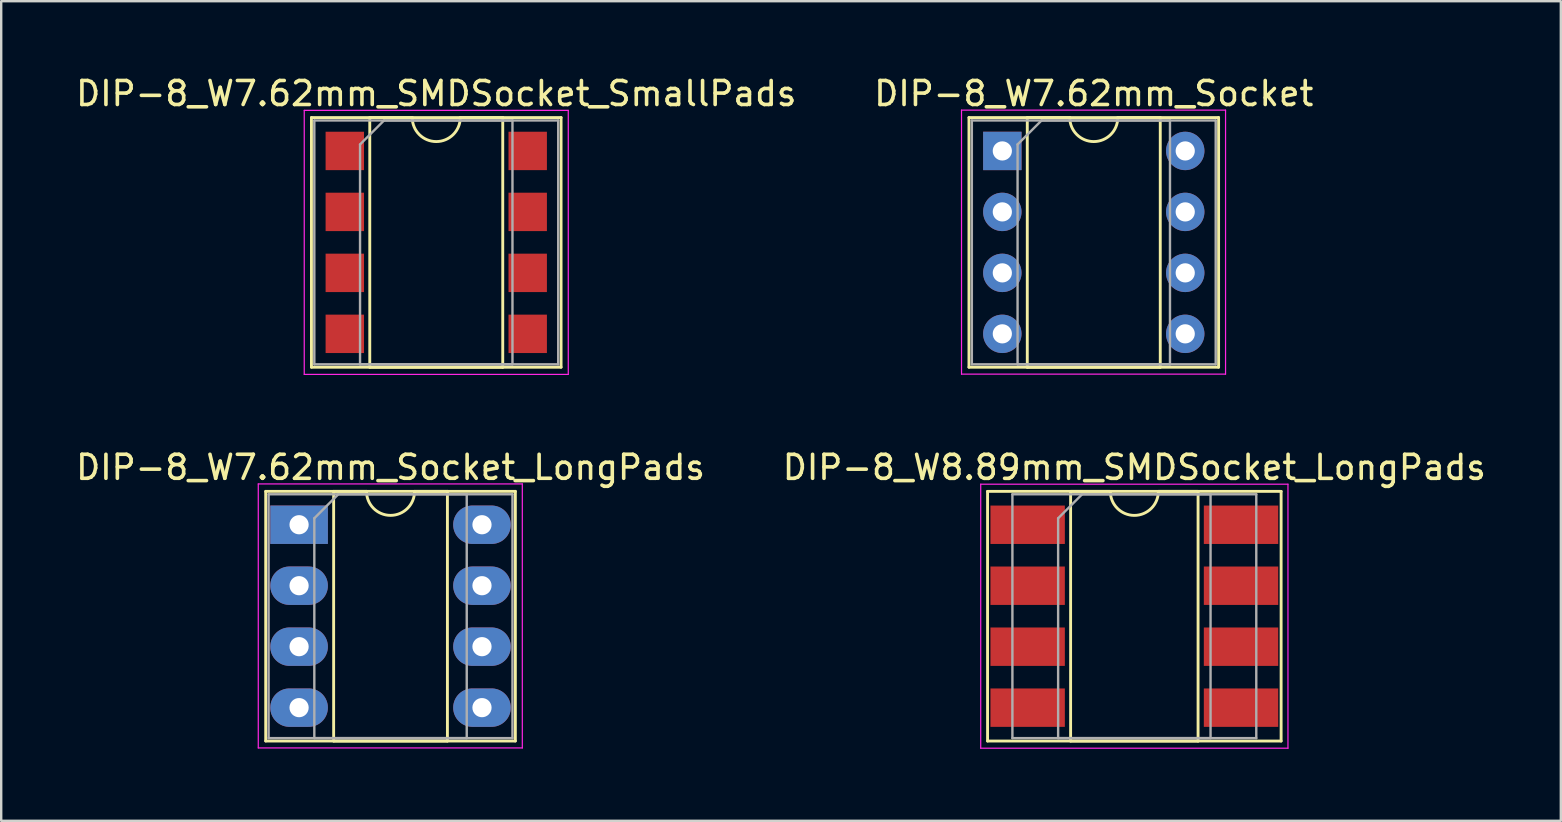
<source format=kicad_pcb>
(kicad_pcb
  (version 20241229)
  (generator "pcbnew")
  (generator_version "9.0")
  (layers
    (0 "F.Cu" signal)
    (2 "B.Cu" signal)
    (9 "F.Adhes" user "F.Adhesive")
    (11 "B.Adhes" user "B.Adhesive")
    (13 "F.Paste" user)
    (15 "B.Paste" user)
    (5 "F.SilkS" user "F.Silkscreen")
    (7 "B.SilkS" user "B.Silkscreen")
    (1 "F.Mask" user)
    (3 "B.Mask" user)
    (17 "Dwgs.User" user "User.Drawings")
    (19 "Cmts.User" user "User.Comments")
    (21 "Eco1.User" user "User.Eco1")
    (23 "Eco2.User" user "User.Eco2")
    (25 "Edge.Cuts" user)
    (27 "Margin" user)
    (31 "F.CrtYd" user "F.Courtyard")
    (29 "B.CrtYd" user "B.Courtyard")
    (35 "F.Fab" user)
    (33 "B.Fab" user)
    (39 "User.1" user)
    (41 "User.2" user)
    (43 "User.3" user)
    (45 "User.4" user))
  (footprint "DIP-8_W7.62mm_Socket_LongPads"
    (layer "F.Cu")
    (at 9.41 18.811)
    (property "Reference" "DIP-8_W7.62mm_Socket_LongPads" (at 3.81 -2.39 0) (layer "F.SilkS") (effects (font (size 1 1) (thickness 0.15))))
    (attr through_hole)
    (fp_line (start -1.39 -1.39) (end -1.39 9.01) (stroke (width 0.12) (type solid)) (layer "F.SilkS"))
    (fp_line (start -1.39 9.01) (end 9.01 9.01) (stroke (width 0.12) (type solid)) (layer "F.SilkS"))
    (fp_line (start 1.44 -1.39) (end 1.44 9.01) (stroke (width 0.12) (type solid)) (layer "F.SilkS"))
    (fp_line (start 1.44 9.01) (end 6.18 9.01) (stroke (width 0.12) (type solid)) (layer "F.SilkS"))
    (fp_line (start 2.81 -1.39) (end 1.44 -1.39) (stroke (width 0.12) (type solid)) (layer "F.SilkS"))
    (fp_line (start 6.18 -1.39) (end 4.81 -1.39) (stroke (width 0.12) (type solid)) (layer "F.SilkS"))
    (fp_line (start 6.18 9.01) (end 6.18 -1.39) (stroke (width 0.12) (type solid)) (layer "F.SilkS"))
    (fp_line (start 9.01 -1.39) (end -1.39 -1.39) (stroke (width 0.12) (type solid)) (layer "F.SilkS"))
    (fp_line (start 9.01 9.01) (end 9.01 -1.39) (stroke (width 0.12) (type solid)) (layer "F.SilkS"))
    (fp_arc (start 4.81 -1.39) (mid 3.81 -0.39) (end 2.81 -1.39) (stroke (width 0.12) (type solid)) (layer "F.SilkS"))
    (fp_line (start -1.7 -1.7) (end -1.7 9.3) (stroke (width 0.05) (type solid)) (layer "F.CrtYd"))
    (fp_line (start -1.7 9.3) (end 9.3 9.3) (stroke (width 0.05) (type solid)) (layer "F.CrtYd"))
    (fp_line (start 9.3 -1.7) (end -1.7 -1.7) (stroke (width 0.05) (type solid)) (layer "F.CrtYd"))
    (fp_line (start 9.3 9.3) (end 9.3 -1.7) (stroke (width 0.05) (type solid)) (layer "F.CrtYd"))
    (fp_line (start -1.27 -1.27) (end -1.27 8.89) (stroke (width 0.1) (type solid)) (layer "F.Fab"))
    (fp_line (start -1.27 8.89) (end 8.89 8.89) (stroke (width 0.1) (type solid)) (layer "F.Fab"))
    (fp_line (start 0.635 -0.27) (end 1.635 -1.27) (stroke (width 0.1) (type solid)) (layer "F.Fab"))
    (fp_line (start 0.635 8.89) (end 0.635 -0.27) (stroke (width 0.1) (type solid)) (layer "F.Fab"))
    (fp_line (start 1.635 -1.27) (end 6.985 -1.27) (stroke (width 0.1) (type solid)) (layer "F.Fab"))
    (fp_line (start 6.985 -1.27) (end 6.985 8.89) (stroke (width 0.1) (type solid)) (layer "F.Fab"))
    (fp_line (start 6.985 8.89) (end 0.635 8.89) (stroke (width 0.1) (type solid)) (layer "F.Fab"))
    (fp_line (start 8.89 -1.27) (end -1.27 -1.27) (stroke (width 0.1) (type solid)) (layer "F.Fab"))
    (fp_line (start 8.89 8.89) (end 8.89 -1.27) (stroke (width 0.1) (type solid)) (layer "F.Fab"))
    (pad "1" thru_hole rect (at 0 0) (size 2.4 1.6) (drill 0.8) (layers "*.Cu" "*.Mask"))
    (pad "2" thru_hole oval (at 0 2.54) (size 2.4 1.6) (drill 0.8) (layers "*.Cu" "*.Mask"))
    (pad "3" thru_hole oval (at 0 5.08) (size 2.4 1.6) (drill 0.8) (layers "*.Cu" "*.Mask"))
    (pad "4" thru_hole oval (at 0 7.62) (size 2.4 1.6) (drill 0.8) (layers "*.Cu" "*.Mask"))
    (pad "5" thru_hole oval (at 7.62 7.62) (size 2.4 1.6) (drill 0.8) (layers "*.Cu" "*.Mask"))
    (pad "6" thru_hole oval (at 7.62 5.08) (size 2.4 1.6) (drill 0.8) (layers "*.Cu" "*.Mask"))
    (pad "7" thru_hole oval (at 7.62 2.54) (size 2.4 1.6) (drill 0.8) (layers "*.Cu" "*.Mask"))
    (pad "8" thru_hole oval (at 7.62 0) (size 2.4 1.6) (drill 0.8) (layers "*.Cu" "*.Mask")))
  (footprint "DIP-8_W7.62mm_Socket"
    (layer "F.Cu")
    (at 38.708 3.238)
    (property "Reference" "DIP-8_W7.62mm_Socket" (at 3.81 -2.39 0) (layer "F.SilkS") (effects (font (size 1 1) (thickness 0.15))))
    (attr through_hole)
    (fp_line (start -1.39 -1.39) (end -1.39 9.01) (stroke (width 0.12) (type solid)) (layer "F.SilkS"))
    (fp_line (start -1.39 9.01) (end 9.01 9.01) (stroke (width 0.12) (type solid)) (layer "F.SilkS"))
    (fp_line (start 1.04 -1.39) (end 1.04 9.01) (stroke (width 0.12) (type solid)) (layer "F.SilkS"))
    (fp_line (start 1.04 9.01) (end 6.58 9.01) (stroke (width 0.12) (type solid)) (layer "F.SilkS"))
    (fp_line (start 2.81 -1.39) (end 1.04 -1.39) (stroke (width 0.12) (type solid)) (layer "F.SilkS"))
    (fp_line (start 6.58 -1.39) (end 4.81 -1.39) (stroke (width 0.12) (type solid)) (layer "F.SilkS"))
    (fp_line (start 6.58 9.01) (end 6.58 -1.39) (stroke (width 0.12) (type solid)) (layer "F.SilkS"))
    (fp_line (start 9.01 -1.39) (end -1.39 -1.39) (stroke (width 0.12) (type solid)) (layer "F.SilkS"))
    (fp_line (start 9.01 9.01) (end 9.01 -1.39) (stroke (width 0.12) (type solid)) (layer "F.SilkS"))
    (fp_arc (start 4.81 -1.39) (mid 3.81 -0.39) (end 2.81 -1.39) (stroke (width 0.12) (type solid)) (layer "F.SilkS"))
    (fp_line (start -1.7 -1.7) (end -1.7 9.3) (stroke (width 0.05) (type solid)) (layer "F.CrtYd"))
    (fp_line (start -1.7 9.3) (end 9.3 9.3) (stroke (width 0.05) (type solid)) (layer "F.CrtYd"))
    (fp_line (start 9.3 -1.7) (end -1.7 -1.7) (stroke (width 0.05) (type solid)) (layer "F.CrtYd"))
    (fp_line (start 9.3 9.3) (end 9.3 -1.7) (stroke (width 0.05) (type solid)) (layer "F.CrtYd"))
    (fp_line (start -1.27 -1.27) (end -1.27 8.89) (stroke (width 0.1) (type solid)) (layer "F.Fab"))
    (fp_line (start -1.27 8.89) (end 8.89 8.89) (stroke (width 0.1) (type solid)) (layer "F.Fab"))
    (fp_line (start 0.635 -0.27) (end 1.635 -1.27) (stroke (width 0.1) (type solid)) (layer "F.Fab"))
    (fp_line (start 0.635 8.89) (end 0.635 -0.27) (stroke (width 0.1) (type solid)) (layer "F.Fab"))
    (fp_line (start 1.635 -1.27) (end 6.985 -1.27) (stroke (width 0.1) (type solid)) (layer "F.Fab"))
    (fp_line (start 6.985 -1.27) (end 6.985 8.89) (stroke (width 0.1) (type solid)) (layer "F.Fab"))
    (fp_line (start 6.985 8.89) (end 0.635 8.89) (stroke (width 0.1) (type solid)) (layer "F.Fab"))
    (fp_line (start 8.89 -1.27) (end -1.27 -1.27) (stroke (width 0.1) (type solid)) (layer "F.Fab"))
    (fp_line (start 8.89 8.89) (end 8.89 -1.27) (stroke (width 0.1) (type solid)) (layer "F.Fab"))
    (pad "1" thru_hole rect (at 0 0) (size 1.6 1.6) (drill 0.8) (layers "*.Cu" "*.Mask"))
    (pad "2" thru_hole oval (at 0 2.54) (size 1.6 1.6) (drill 0.8) (layers "*.Cu" "*.Mask"))
    (pad "3" thru_hole oval (at 0 5.08) (size 1.6 1.6) (drill 0.8) (layers "*.Cu" "*.Mask"))
    (pad "4" thru_hole oval (at 0 7.62) (size 1.6 1.6) (drill 0.8) (layers "*.Cu" "*.Mask"))
    (pad "5" thru_hole oval (at 7.62 7.62) (size 1.6 1.6) (drill 0.8) (layers "*.Cu" "*.Mask"))
    (pad "6" thru_hole oval (at 7.62 5.08) (size 1.6 1.6) (drill 0.8) (layers "*.Cu" "*.Mask"))
    (pad "7" thru_hole oval (at 7.62 2.54) (size 1.6 1.6) (drill 0.8) (layers "*.Cu" "*.Mask"))
    (pad "8" thru_hole oval (at 7.62 0) (size 1.6 1.6) (drill 0.8) (layers "*.Cu" "*.Mask")))
  (footprint "DIP-8_W8.89mm_SMDSocket_LongPads"
    (layer "F.Cu")
    (at 44.208 22.622)
    (property "Reference" "DIP-8_W8.89mm_SMDSocket_LongPads" (at 0 -6.2 0) (layer "F.SilkS") (effects (font (size 1 1) (thickness 0.15))))
    (attr smd)
    (fp_line (start -6.115 -5.2) (end -6.115 5.2) (stroke (width 0.12) (type solid)) (layer "F.SilkS"))
    (fp_line (start -6.115 5.2) (end 6.115 5.2) (stroke (width 0.12) (type solid)) (layer "F.SilkS"))
    (fp_line (start -2.655 -5.2) (end -2.655 5.2) (stroke (width 0.12) (type solid)) (layer "F.SilkS"))
    (fp_line (start -2.655 5.2) (end 2.655 5.2) (stroke (width 0.12) (type solid)) (layer "F.SilkS"))
    (fp_line (start -1 -5.2) (end -2.655 -5.2) (stroke (width 0.12) (type solid)) (layer "F.SilkS"))
    (fp_line (start 2.655 -5.2) (end 1 -5.2) (stroke (width 0.12) (type solid)) (layer "F.SilkS"))
    (fp_line (start 2.655 5.2) (end 2.655 -5.2) (stroke (width 0.12) (type solid)) (layer "F.SilkS"))
    (fp_line (start 6.115 -5.2) (end -6.115 -5.2) (stroke (width 0.12) (type solid)) (layer "F.SilkS"))
    (fp_line (start 6.115 5.2) (end 6.115 -5.2) (stroke (width 0.12) (type solid)) (layer "F.SilkS"))
    (fp_arc (start 1 -5.2) (mid 0 -4.2) (end -1 -5.2) (stroke (width 0.12) (type solid)) (layer "F.SilkS"))
    (fp_line (start -6.4 -5.5) (end -6.4 5.5) (stroke (width 0.05) (type solid)) (layer "F.CrtYd"))
    (fp_line (start -6.4 5.5) (end 6.4 5.5) (stroke (width 0.05) (type solid)) (layer "F.CrtYd"))
    (fp_line (start 6.4 -5.5) (end -6.4 -5.5) (stroke (width 0.05) (type solid)) (layer "F.CrtYd"))
    (fp_line (start 6.4 5.5) (end 6.4 -5.5) (stroke (width 0.05) (type solid)) (layer "F.CrtYd"))
    (fp_line (start -5.08 -5.08) (end -5.08 5.08) (stroke (width 0.1) (type solid)) (layer "F.Fab"))
    (fp_line (start -5.08 5.08) (end 5.08 5.08) (stroke (width 0.1) (type solid)) (layer "F.Fab"))
    (fp_line (start -3.175 -4.08) (end -2.175 -5.08) (stroke (width 0.1) (type solid)) (layer "F.Fab"))
    (fp_line (start -3.175 5.08) (end -3.175 -4.08) (stroke (width 0.1) (type solid)) (layer "F.Fab"))
    (fp_line (start -2.175 -5.08) (end 3.175 -5.08) (stroke (width 0.1) (type solid)) (layer "F.Fab"))
    (fp_line (start 3.175 -5.08) (end 3.175 5.08) (stroke (width 0.1) (type solid)) (layer "F.Fab"))
    (fp_line (start 3.175 5.08) (end -3.175 5.08) (stroke (width 0.1) (type solid)) (layer "F.Fab"))
    (fp_line (start 5.08 -5.08) (end -5.08 -5.08) (stroke (width 0.1) (type solid)) (layer "F.Fab"))
    (fp_line (start 5.08 5.08) (end 5.08 -5.08) (stroke (width 0.1) (type solid)) (layer "F.Fab"))
    (pad "1" smd rect (at -4.445 -3.81) (size 3.1 1.6) (layers "F.Cu" "F.Mask"))
    (pad "2" smd rect (at -4.445 -1.27) (size 3.1 1.6) (layers "F.Cu" "F.Mask"))
    (pad "3" smd rect (at -4.445 1.27) (size 3.1 1.6) (layers "F.Cu" "F.Mask"))
    (pad "4" smd rect (at -4.445 3.81) (size 3.1 1.6) (layers "F.Cu" "F.Mask"))
    (pad "5" smd rect (at 4.445 3.81) (size 3.1 1.6) (layers "F.Cu" "F.Mask"))
    (pad "6" smd rect (at 4.445 1.27) (size 3.1 1.6) (layers "F.Cu" "F.Mask"))
    (pad "7" smd rect (at 4.445 -1.27) (size 3.1 1.6) (layers "F.Cu" "F.Mask"))
    (pad "8" smd rect (at 4.445 -3.81) (size 3.1 1.6) (layers "F.Cu" "F.Mask")))
  (footprint "DIP-8_W7.62mm_SMDSocket_SmallPads"
    (layer "F.Cu")
    (at 15.125 7.048)
    (property "Reference" "DIP-8_W7.62mm_SMDSocket_SmallPads" (at 0 -6.2 0) (layer "F.SilkS") (effects (font (size 1 1) (thickness 0.15))))
    (attr smd)
    (fp_line (start -5.2 -5.2) (end -5.2 5.2) (stroke (width 0.12) (type solid)) (layer "F.SilkS"))
    (fp_line (start -5.2 5.2) (end 5.2 5.2) (stroke (width 0.12) (type solid)) (layer "F.SilkS"))
    (fp_line (start -2.77 -5.2) (end -2.77 5.2) (stroke (width 0.12) (type solid)) (layer "F.SilkS"))
    (fp_line (start -2.77 5.2) (end 2.77 5.2) (stroke (width 0.12) (type solid)) (layer "F.SilkS"))
    (fp_line (start -1 -5.2) (end -2.77 -5.2) (stroke (width 0.12) (type solid)) (layer "F.SilkS"))
    (fp_line (start 2.77 -5.2) (end 1 -5.2) (stroke (width 0.12) (type solid)) (layer "F.SilkS"))
    (fp_line (start 2.77 5.2) (end 2.77 -5.2) (stroke (width 0.12) (type solid)) (layer "F.SilkS"))
    (fp_line (start 5.2 -5.2) (end -5.2 -5.2) (stroke (width 0.12) (type solid)) (layer "F.SilkS"))
    (fp_line (start 5.2 5.2) (end 5.2 -5.2) (stroke (width 0.12) (type solid)) (layer "F.SilkS"))
    (fp_arc (start 1 -5.2) (mid 0 -4.2) (end -1 -5.2) (stroke (width 0.12) (type solid)) (layer "F.SilkS"))
    (fp_line (start -5.5 -5.5) (end -5.5 5.5) (stroke (width 0.05) (type solid)) (layer "F.CrtYd"))
    (fp_line (start -5.5 5.5) (end 5.5 5.5) (stroke (width 0.05) (type solid)) (layer "F.CrtYd"))
    (fp_line (start 5.5 -5.5) (end -5.5 -5.5) (stroke (width 0.05) (type solid)) (layer "F.CrtYd"))
    (fp_line (start 5.5 5.5) (end 5.5 -5.5) (stroke (width 0.05) (type solid)) (layer "F.CrtYd"))
    (fp_line (start -5.08 -5.08) (end -5.08 5.08) (stroke (width 0.1) (type solid)) (layer "F.Fab"))
    (fp_line (start -5.08 5.08) (end 5.08 5.08) (stroke (width 0.1) (type solid)) (layer "F.Fab"))
    (fp_line (start -3.175 -4.08) (end -2.175 -5.08) (stroke (width 0.1) (type solid)) (layer "F.Fab"))
    (fp_line (start -3.175 5.08) (end -3.175 -4.08) (stroke (width 0.1) (type solid)) (layer "F.Fab"))
    (fp_line (start -2.175 -5.08) (end 3.175 -5.08) (stroke (width 0.1) (type solid)) (layer "F.Fab"))
    (fp_line (start 3.175 -5.08) (end 3.175 5.08) (stroke (width 0.1) (type solid)) (layer "F.Fab"))
    (fp_line (start 3.175 5.08) (end -3.175 5.08) (stroke (width 0.1) (type solid)) (layer "F.Fab"))
    (fp_line (start 5.08 -5.08) (end -5.08 -5.08) (stroke (width 0.1) (type solid)) (layer "F.Fab"))
    (fp_line (start 5.08 5.08) (end 5.08 -5.08) (stroke (width 0.1) (type solid)) (layer "F.Fab"))
    (pad "1" smd rect (at -3.81 -3.81) (size 1.6 1.6) (layers "F.Cu" "F.Mask"))
    (pad "2" smd rect (at -3.81 -1.27) (size 1.6 1.6) (layers "F.Cu" "F.Mask"))
    (pad "3" smd rect (at -3.81 1.27) (size 1.6 1.6) (layers "F.Cu" "F.Mask"))
    (pad "4" smd rect (at -3.81 3.81) (size 1.6 1.6) (layers "F.Cu" "F.Mask"))
    (pad "5" smd rect (at 3.81 3.81) (size 1.6 1.6) (layers "F.Cu" "F.Mask"))
    (pad "6" smd rect (at 3.81 1.27) (size 1.6 1.6) (layers "F.Cu" "F.Mask"))
    (pad "7" smd rect (at 3.81 -1.27) (size 1.6 1.6) (layers "F.Cu" "F.Mask"))
    (pad "8" smd rect (at 3.81 -3.81) (size 1.6 1.6) (layers "F.Cu" "F.Mask")))
  (gr_rect
    (start -3 -3)
    (end 61.976 31.146)
    (stroke (width 0.1) (type default))
    (fill no)
    (layer "Edge.Cuts")))
</source>
